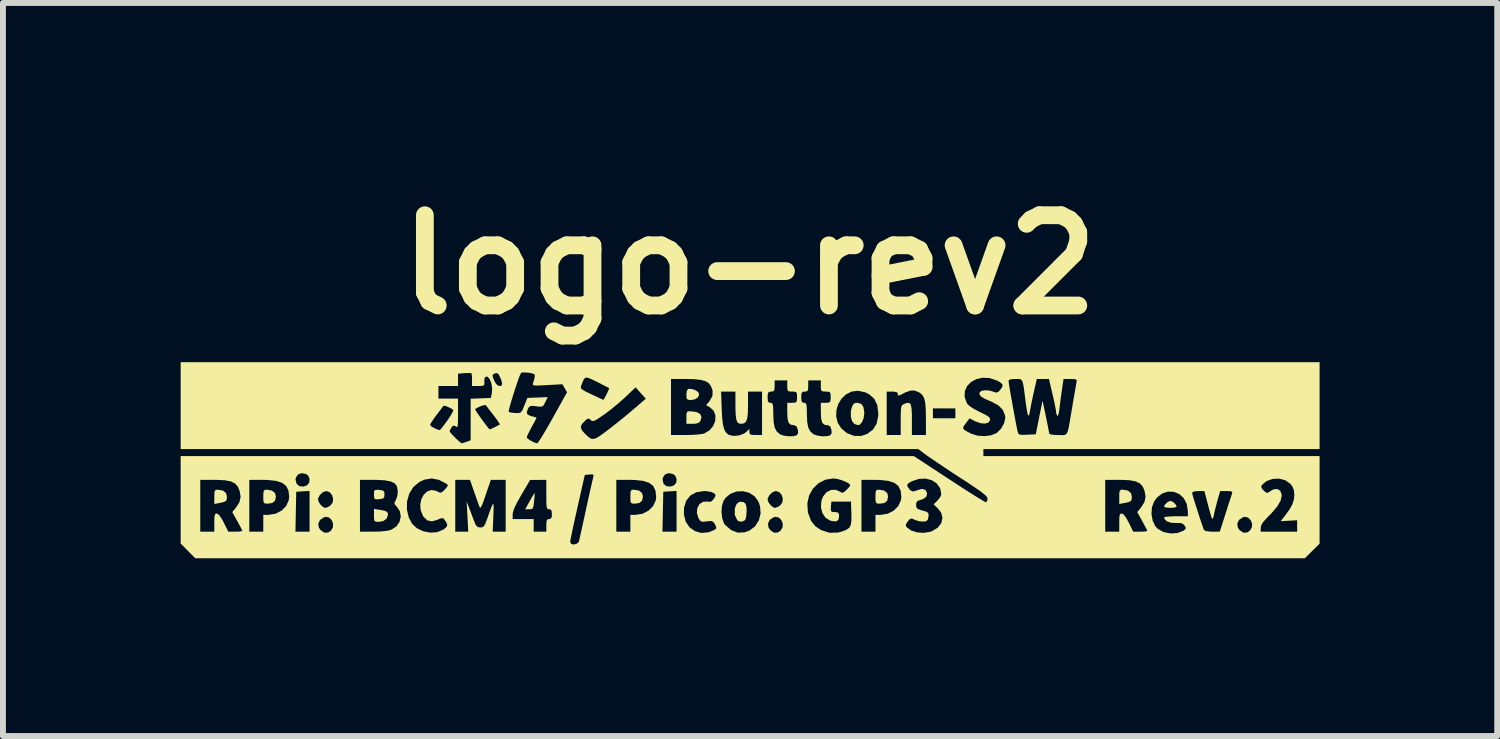
<source format=kicad_pcb>
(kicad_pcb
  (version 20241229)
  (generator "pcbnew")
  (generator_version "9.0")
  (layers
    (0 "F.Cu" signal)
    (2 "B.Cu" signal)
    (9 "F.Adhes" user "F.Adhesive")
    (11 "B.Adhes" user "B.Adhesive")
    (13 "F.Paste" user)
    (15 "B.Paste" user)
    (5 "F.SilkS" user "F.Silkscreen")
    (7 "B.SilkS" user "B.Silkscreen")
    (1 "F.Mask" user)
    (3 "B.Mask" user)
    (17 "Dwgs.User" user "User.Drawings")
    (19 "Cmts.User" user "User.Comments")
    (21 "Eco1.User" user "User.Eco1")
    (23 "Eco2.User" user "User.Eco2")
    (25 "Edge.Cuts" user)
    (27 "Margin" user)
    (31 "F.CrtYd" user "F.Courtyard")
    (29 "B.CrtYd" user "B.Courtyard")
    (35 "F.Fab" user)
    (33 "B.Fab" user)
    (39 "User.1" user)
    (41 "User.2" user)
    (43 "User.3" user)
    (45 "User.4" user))
  (footprint "logo-rev2"
    (layer "F.Cu")
    (at 9.602 4.72)
    (property "Reference" "logo-rev2" (at 0 -3.302 0) (layer "F.SilkS") (effects (font (size 1.524 1.524) (thickness 0.3))))
    (attr board_only exclude_from_pos_files exclude_from_bom)
    (fp_poly (pts (xy -8.887 0.512) (xy -8.835 0.556) (xy -8.821 0.614) (xy -8.825 0.664) (xy -8.842 0.692) (xy -8.886 0.709) (xy -8.946 0.722) (xy -9.034 0.738) (xy -9.034 0.618) (xy -9.032 0.546) (xy -9.023 0.511) (xy -9 0.498) (xy -8.974 0.497)) (stroke (width 0) (type solid)) (fill yes) (layer "F.SilkS"))
    (fp_poly (pts (xy -6.24 0.837) (xy -6.162 0.852) (xy -6.12 0.87) (xy -6.104 0.896) (xy -6.102 0.922) (xy -6.123 0.984) (xy -6.18 1.026) (xy -6.257 1.041) (xy -6.306 1.038) (xy -6.33 1.023) (xy -6.338 0.982) (xy -6.338 0.931) (xy -6.338 0.822)) (stroke (width 0) (type solid)) (fill yes) (layer "F.SilkS"))
    (fp_poly (pts (xy -3.626 0.552) (xy -3.625 0.577) (xy -3.629 0.634) (xy -3.635 0.693) (xy -3.644 0.769) (xy -3.656 0.809) (xy -3.679 0.825) (xy -3.717 0.828) (xy -3.786 0.828) (xy -3.708 0.688) (xy -3.669 0.618) (xy -3.639 0.57) (xy -3.626 0.552)) (stroke (width 0) (type solid)) (fill yes) (layer "F.SilkS"))
    (fp_poly (pts (xy -0.973 -1.203) (xy -0.912 -1.183) (xy -0.861 -1.148) (xy -0.849 -1.103) (xy -0.871 -1.06) (xy -0.921 -1.028) (xy -0.986 -1.017) (xy -1.036 -1.02) (xy -1.058 -1.039) (xy -1.064 -1.086) (xy -1.064 -1.112) (xy -1.056 -1.176) (xy -1.029 -1.206)) (stroke (width 0) (type solid)) (fill yes) (layer "F.SilkS"))
    (fp_poly (pts (xy -0.898 -0.815) (xy -0.833 -0.782) (xy -0.809 -0.73) (xy -0.827 -0.663) (xy -0.857 -0.631) (xy -0.909 -0.617) (xy -0.959 -0.615) (xy -1.064 -0.615) (xy -1.064 -0.721) (xy -1.062 -0.787) (xy -1.05 -0.818) (xy -1.021 -0.827) (xy -0.999 -0.827)) (stroke (width 0) (type solid)) (fill yes) (layer "F.SilkS"))
    (fp_poly (pts (xy 6.391 0.512) (xy 6.442 0.556) (xy 6.456 0.614) (xy 6.453 0.664) (xy 6.436 0.692) (xy 6.392 0.709) (xy 6.332 0.722) (xy 6.244 0.738) (xy 6.244 0.618) (xy 6.245 0.546) (xy 6.255 0.511) (xy 6.278 0.498) (xy 6.304 0.497)) (stroke (width 0) (type solid)) (fill yes) (layer "F.SilkS"))
    (fp_poly (pts (xy -8.06 0.512) (xy -8.008 0.555) (xy -7.994 0.611) (xy -8.008 0.683) (xy -8.056 0.722) (xy -8.128 0.733) (xy -8.175 0.731) (xy -8.198 0.717) (xy -8.206 0.678) (xy -8.207 0.615) (xy -8.205 0.545) (xy -8.195 0.51) (xy -8.171 0.498) (xy -8.146 0.497)) (stroke (width 0) (type solid)) (fill yes) (layer "F.SilkS"))
    (fp_poly (pts (xy -1.863 0.512) (xy -1.812 0.555) (xy -1.797 0.611) (xy -1.812 0.683) (xy -1.859 0.722) (xy -1.932 0.733) (xy -1.978 0.731) (xy -2.001 0.717) (xy -2.009 0.678) (xy -2.01 0.615) (xy -2.008 0.545) (xy -1.999 0.51) (xy -1.975 0.498) (xy -1.95 0.497)) (stroke (width 0) (type solid)) (fill yes) (layer "F.SilkS"))
    (fp_poly (pts (xy 2.275 0.512) (xy 2.327 0.555) (xy 2.341 0.611) (xy 2.327 0.683) (xy 2.279 0.722) (xy 2.207 0.733) (xy 2.16 0.731) (xy 2.137 0.717) (xy 2.129 0.678) (xy 2.128 0.615) (xy 2.13 0.545) (xy 2.14 0.51) (xy 2.164 0.498) (xy 2.189 0.497)) (stroke (width 0) (type solid)) (fill yes) (layer "F.SilkS"))
    (fp_poly (pts (xy 7.149 0.702) (xy 7.191 0.74) (xy 7.213 0.779) (xy 7.213 0.782) (xy 7.192 0.795) (xy 7.139 0.803) (xy 7.107 0.804) (xy 7.043 0.8) (xy 7.005 0.789) (xy 7 0.782) (xy 7.019 0.744) (xy 7.06 0.706) (xy 7.103 0.686) (xy 7.107 0.686)) (stroke (width 0) (type solid)) (fill yes) (layer "F.SilkS"))
    (fp_poly (pts (xy -6.249 0.501) (xy -6.191 0.51) (xy -6.166 0.531) (xy -6.161 0.576) (xy -6.161 0.579) (xy -6.166 0.626) (xy -6.189 0.648) (xy -6.245 0.657) (xy -6.249 0.658) (xy -6.307 0.66) (xy -6.332 0.645) (xy -6.338 0.601) (xy -6.338 0.579) (xy -6.336 0.524) (xy -6.318 0.501) (xy -6.272 0.499)) (stroke (width 0) (type solid)) (fill yes) (layer "F.SilkS"))
    (fp_poly (pts (xy -0.107 0.704) (xy -0.095 0.709) (xy -0.066 0.735) (xy -0.051 0.78) (xy -0.047 0.858) (xy -0.047 0.859) (xy -0.052 0.935) (xy -0.065 0.994) (xy -0.076 1.012) (xy -0.128 1.038) (xy -0.183 1.03) (xy -0.206 1.011) (xy -0.247 0.923) (xy -0.247 0.817) (xy -0.246 0.812) (xy -0.217 0.738) (xy -0.168 0.701)) (stroke (width 0) (type solid)) (fill yes) (layer "F.SilkS"))
    (fp_poly (pts (xy 1.886 -0.953) (xy 1.924 -0.901) (xy 1.939 -0.811) (xy 1.939 -0.787) (xy 1.928 -0.709) (xy 1.9 -0.642) (xy 1.863 -0.6) (xy 1.837 -0.592) (xy 1.794 -0.604) (xy 1.769 -0.616) (xy 1.732 -0.662) (xy 1.712 -0.737) (xy 1.713 -0.825) (xy 1.726 -0.885) (xy 1.751 -0.943) (xy 1.785 -0.966) (xy 1.822 -0.97)) (stroke (width 0) (type solid)) (fill yes) (layer "F.SilkS"))
    (fp_poly (pts (xy 9.626 -0.189) (xy 3.95 -0.189) (xy 3.95 -0.071) (xy 9.626 -0.071) (xy 9.626 1.409) (xy 9.376 1.655) (xy -9.355 1.655) (xy -9.479 1.531) (xy -9.602 1.406) (xy -9.602 1.378) (xy -3.026 1.378) (xy -3.01 1.411) (xy -2.969 1.423) (xy -2.922 1.413) (xy -2.886 1.385) (xy -2.877 1.366) (xy -2.868 1.327) (xy -2.851 1.251) (xy -2.841 1.206) (xy -2.247 1.206) (xy -2.01 1.206) (xy -1.468 1.206) (xy -1.23 1.206) (xy -1.23 0.913) (xy -1.106 0.913) (xy -1.076 1.036) (xy -1.011 1.132) (xy -0.92 1.197) (xy -0.812 1.227) (xy -0.693 1.217) (xy -0.625 1.192) (xy -0.574 1.165) (xy -0.559 1.141) (xy -0.572 1.102) (xy -0.58 1.086) (xy -0.606 1.044) (xy -0.638 1.027) (xy -0.691 1.029) (xy -0.72 1.032) (xy -0.785 1.039) (xy -0.823 1.029) (xy -0.85 0.995) (xy -0.863 0.971) (xy -0.888 0.885) (xy -0.886 0.872) (xy -0.471 0.872) (xy -0.46 0.974) (xy -0.433 1.058) (xy -0.412 1.09) (xy -0.309 1.179) (xy -0.198 1.222) (xy -0.083 1.218) (xy -0.000472 1.188) (xy 0.096 1.116) (xy 0.125 1.069) (xy 0.313 1.069) (xy 0.323 1.138) (xy 0.355 1.182) (xy 0.419 1.224) (xy 0.483 1.219) (xy 0.524 1.191) (xy 0.56 1.134) (xy 0.563 1.07) (xy 0.54 1.01) (xy 0.496 0.968) (xy 0.438 0.955) (xy 0.411 0.962) (xy 0.343 1.007) (xy 0.313 1.069) (xy 0.125 1.069) (xy 0.16 1.015) (xy 0.189 0.898) (xy 0.179 0.774) (xy 0.151 0.696) (xy 0.127 0.662) (xy 0.307 0.662) (xy 0.324 0.714) (xy 0.365 0.766) (xy 0.412 0.8) (xy 0.432 0.804) (xy 0.473 0.791) (xy 0.515 0.767) (xy 0.547 0.726) (xy 0.978 0.726) (xy 0.986 0.868) (xy 0.994 0.899) (xy 1.041 1.024) (xy 1.113 1.114) (xy 1.212 1.18) (xy 1.351 1.224) (xy 1.494 1.221) (xy 1.55 1.206) (xy 1.892 1.206) (xy 2.128 1.206) (xy 2.128 1.08) (xy 2.643 1.08) (xy 2.643 1.114) (xy 2.655 1.13) (xy 2.728 1.185) (xy 2.829 1.218) (xy 2.942 1.226) (xy 3.053 1.208) (xy 3.083 1.197) (xy 3.18 1.138) (xy 3.239 1.062) (xy 3.259 0.976) (xy 3.238 0.888) (xy 3.187 0.819) (xy 3.11 0.745) (xy 3.175 0.681) (xy 3.218 0.628) (xy 3.239 0.578) (xy 3.24 0.571) (xy 3.219 0.471) (xy 3.163 0.392) (xy 3.079 0.337) (xy 2.976 0.31) (xy 2.861 0.315) (xy 2.744 0.354) (xy 2.742 0.355) (xy 2.684 0.389) (xy 2.663 0.416) (xy 2.671 0.446) (xy 2.671 0.446) (xy 2.715 0.508) (xy 2.765 0.528) (xy 2.831 0.508) (xy 2.838 0.505) (xy 2.914 0.483) (xy 2.97 0.499) (xy 2.999 0.552) (xy 3 0.554) (xy 2.99 0.611) (xy 2.939 0.653) (xy 2.885 0.671) (xy 2.834 0.689) (xy 2.816 0.726) (xy 2.814 0.753) (xy 2.819 0.797) (xy 2.842 0.823) (xy 2.896 0.842) (xy 2.922 0.849) (xy 2.987 0.868) (xy 3.018 0.889) (xy 3.025 0.923) (xy 3.023 0.953) (xy 3.011 1.007) (xy 2.98 1.03) (xy 2.94 1.036) (xy 2.864 1.03) (xy 2.794 1.007) (xy 2.743 0.984) (xy 2.712 0.99) (xy 2.676 1.029) (xy 2.674 1.032) (xy 2.643 1.08) (xy 2.128 1.08) (xy 2.128 0.922) (xy 2.217 0.922) (xy 2.335 0.903) (xy 2.438 0.85) (xy 2.515 0.771) (xy 2.558 0.674) (xy 2.565 0.616) (xy 2.553 0.513) (xy 2.515 0.435) (xy 2.446 0.381) (xy 2.342 0.348) (xy 2.2 0.333) (xy 2.119 0.331) (xy 1.892 0.331) (xy 1.892 1.206) (xy 1.55 1.206) (xy 1.563 1.203) (xy 1.638 1.174) (xy 1.686 1.14) (xy 1.712 1.091) (xy 1.722 1.016) (xy 1.722 0.905) (xy 1.721 0.9) (xy 1.715 0.698) (xy 1.384 0.698) (xy 1.376 0.786) (xy 1.374 0.844) (xy 1.388 0.869) (xy 1.428 0.875) (xy 1.441 0.875) (xy 1.492 0.881) (xy 1.511 0.907) (xy 1.514 0.947) (xy 1.502 1.007) (xy 1.464 1.033) (xy 1.395 1.027) (xy 1.359 1.017) (xy 1.282 0.968) (xy 1.231 0.89) (xy 1.207 0.792) (xy 1.215 0.688) (xy 1.242 0.614) (xy 1.302 0.54) (xy 1.379 0.501) (xy 1.463 0.5) (xy 1.527 0.531) (xy 1.561 0.549) (xy 1.592 0.541) (xy 1.638 0.502) (xy 1.68 0.458) (xy 1.702 0.426) (xy 1.703 0.422) (xy 1.682 0.395) (xy 1.629 0.365) (xy 1.557 0.336) (xy 1.48 0.315) (xy 1.416 0.307) (xy 1.281 0.329) (xy 1.165 0.389) (xy 1.072 0.48) (xy 1.008 0.595) (xy 0.978 0.726) (xy 0.547 0.726) (xy 0.555 0.715) (xy 0.564 0.65) (xy 0.545 0.586) (xy 0.502 0.537) (xy 0.446 0.52) (xy 0.39 0.54) (xy 0.338 0.588) (xy 0.309 0.646) (xy 0.307 0.662) (xy 0.127 0.662) (xy 0.085 0.607) (xy -0.005 0.549) (xy -0.11 0.523) (xy -0.218 0.528) (xy -0.32 0.566) (xy -0.403 0.635) (xy -0.439 0.689) (xy -0.464 0.771) (xy -0.471 0.872) (xy -0.886 0.872) (xy -0.879 0.805) (xy -0.842 0.74) (xy -0.783 0.701) (xy -0.708 0.697) (xy -0.702 0.699) (xy -0.653 0.701) (xy -0.615 0.67) (xy -0.6 0.65) (xy -0.574 0.604) (xy -0.574 0.578) (xy -0.603 0.553) (xy -0.653 0.534) (xy -0.727 0.522) (xy -0.764 0.52) (xy -0.895 0.54) (xy -0.997 0.596) (xy -1.068 0.685) (xy -1.104 0.803) (xy -1.106 0.913) (xy -1.23 0.913) (xy -1.23 0.518) (xy -1.342 0.525) (xy -1.454 0.532) (xy -1.461 0.869) (xy -1.468 1.206) (xy -2.01 1.206) (xy -2.01 0.922) (xy -1.922 0.922) (xy -1.803 0.903) (xy -1.701 0.85) (xy -1.624 0.771) (xy -1.58 0.674) (xy -1.574 0.616) (xy -1.586 0.513) (xy -1.624 0.435) (xy -1.693 0.381) (xy -1.796 0.348) (xy -1.939 0.333) (xy -2.02 0.331) (xy -2.247 0.331) (xy -2.247 1.206) (xy -2.841 1.206) (xy -2.827 1.143) (xy -2.798 1.012) (xy -2.766 0.865) (xy -2.756 0.816) (xy -2.723 0.667) (xy -2.693 0.531) (xy -2.667 0.417) (xy -2.648 0.332) (xy -2.647 0.329) (xy -1.466 0.329) (xy -1.448 0.399) (xy -1.399 0.439) (xy -1.33 0.444) (xy -1.276 0.425) (xy -1.236 0.381) (xy -1.228 0.322) (xy -1.25 0.264) (xy -1.289 0.232) (xy -1.363 0.218) (xy -1.425 0.24) (xy -1.461 0.293) (xy -1.466 0.329) (xy -2.647 0.329) (xy -2.636 0.283) (xy -2.634 0.276) (xy -2.632 0.248) (xy -2.658 0.238) (xy -2.7 0.241) (xy -2.779 0.248) (xy -2.902 0.792) (xy -2.937 0.948) (xy -2.968 1.09) (xy -2.994 1.211) (xy -3.013 1.304) (xy -3.024 1.362) (xy -3.026 1.378) (xy -9.602 1.378) (xy -9.602 0.331) (xy -9.271 0.331) (xy -9.271 1.206) (xy -9.034 1.206) (xy -9.034 1.052) (xy -9.033 0.969) (xy -9.025 0.922) (xy -9.01 0.902) (xy -8.992 0.899) (xy -8.955 0.921) (xy -8.909 0.987) (xy -8.874 1.052) (xy -8.798 1.206) (xy -8.68 1.206) (xy -8.443 1.206) (xy -8.207 1.206) (xy -7.664 1.206) (xy -7.426 1.206) (xy -7.426 1.069) (xy -7.279 1.069) (xy -7.269 1.138) (xy -7.237 1.182) (xy -7.172 1.224) (xy -7.109 1.219) (xy -7.09 1.206) (xy -6.575 1.206) (xy -6.349 1.206) (xy -6.217 1.202) (xy -6.111 1.19) (xy -6.045 1.173) (xy -5.96 1.117) (xy -5.906 1.038) (xy -5.886 0.948) (xy -5.902 0.858) (xy -5.921 0.831) (xy -5.783 0.831) (xy -5.751 0.966) (xy -5.694 1.073) (xy -5.613 1.149) (xy -5.507 1.199) (xy -5.39 1.222) (xy -5.273 1.215) (xy -5.252 1.206) (xy -4.966 1.206) (xy -4.747 1.206) (xy -4.76 0.952) (xy -4.774 0.698) (xy -4.732 0.804) (xy -4.697 0.896) (xy -4.66 0.995) (xy -4.649 1.023) (xy -4.621 1.091) (xy -4.593 1.124) (xy -4.555 1.135) (xy -4.543 1.135) (xy -4.508 1.131) (xy -4.482 1.112) (xy -4.457 1.068) (xy -4.428 0.99) (xy -4.423 0.976) (xy -4.379 0.852) (xy -4.349 0.773) (xy -4.33 0.738) (xy -4.321 0.745) (xy -4.318 0.794) (xy -4.321 0.885) (xy -4.323 0.945) (xy -4.334 1.206) (xy -4.115 1.206) (xy -4.115 0.993) (xy -3.997 0.993) (xy -3.642 0.993) (xy -3.642 1.206) (xy -3.429 1.206) (xy -3.429 1.1) (xy -3.426 1.033) (xy -3.413 1.002) (xy -3.385 0.993) (xy -3.382 0.993) (xy -3.349 0.984) (xy -3.336 0.948) (xy -3.335 0.911) (xy -3.34 0.853) (xy -3.361 0.83) (xy -3.382 0.828) (xy -3.403 0.825) (xy -3.417 0.81) (xy -3.425 0.775) (xy -3.428 0.711) (xy -3.429 0.611) (xy -3.429 0.579) (xy -3.429 0.331) (xy -3.565 0.332) (xy -3.701 0.332) (xy -3.849 0.582) (xy -3.923 0.714) (xy -3.971 0.813) (xy -3.994 0.885) (xy -3.997 0.912) (xy -3.997 0.993) (xy -4.115 0.993) (xy -4.115 0.331) (xy -4.365 0.331) (xy -4.452 0.584) (xy -4.489 0.693) (xy -4.516 0.761) (xy -4.534 0.796) (xy -4.547 0.801) (xy -4.558 0.784) (xy -4.56 0.78) (xy -4.577 0.731) (xy -4.606 0.652) (xy -4.639 0.557) (xy -4.65 0.526) (xy -4.718 0.331) (xy -4.842 0.331) (xy -4.966 0.331) (xy -4.966 1.206) (xy -5.252 1.206) (xy -5.173 1.174) (xy -5.16 1.166) (xy -5.111 1.123) (xy -5.101 1.085) (xy -5.126 1.035) (xy -5.137 1.02) (xy -5.164 0.984) (xy -5.191 0.976) (xy -5.234 0.99) (xy -5.263 1.004) (xy -5.358 1.032) (xy -5.436 1.016) (xy -5.501 0.956) (xy -5.511 0.939) (xy -5.55 0.845) (xy -5.557 0.749) (xy -5.539 0.659) (xy -5.499 0.583) (xy -5.442 0.528) (xy -5.373 0.503) (xy -5.295 0.514) (xy -5.272 0.526) (xy -5.228 0.547) (xy -5.197 0.544) (xy -5.159 0.512) (xy -5.141 0.493) (xy -5.1 0.446) (xy -5.092 0.419) (xy -5.109 0.4) (xy -5.241 0.331) (xy -5.366 0.307) (xy -5.489 0.328) (xy -5.573 0.368) (xy -5.674 0.452) (xy -5.743 0.564) (xy -5.78 0.694) (xy -5.783 0.831) (xy -5.921 0.831) (xy -5.948 0.79) (xy -5.986 0.747) (xy -5.993 0.717) (xy -5.972 0.679) (xy -5.945 0.61) (xy -5.936 0.521) (xy -5.95 0.441) (xy -5.951 0.439) (xy -5.986 0.391) (xy -6.053 0.359) (xy -6.156 0.339) (xy -6.3 0.331) (xy -6.337 0.331) (xy -6.575 0.331) (xy -6.575 1.206) (xy -7.09 1.206) (xy -7.067 1.191) (xy -7.032 1.134) (xy -7.029 1.07) (xy -7.052 1.01) (xy -7.095 0.968) (xy -7.153 0.955) (xy -7.18 0.962) (xy -7.248 1.007) (xy -7.279 1.069) (xy -7.426 1.069) (xy -7.426 0.662) (xy -7.284 0.662) (xy -7.267 0.714) (xy -7.227 0.766) (xy -7.179 0.8) (xy -7.159 0.804) (xy -7.118 0.791) (xy -7.077 0.767) (xy -7.036 0.715) (xy -7.028 0.65) (xy -7.047 0.586) (xy -7.089 0.537) (xy -7.146 0.52) (xy -7.202 0.54) (xy -7.253 0.588) (xy -7.282 0.646) (xy -7.284 0.662) (xy -7.426 0.662) (xy -7.426 0.518) (xy -7.538 0.525) (xy -7.651 0.532) (xy -7.664 1.206) (xy -8.207 1.206) (xy -8.207 0.922) (xy -8.118 0.922) (xy -8 0.903) (xy -7.897 0.85) (xy -7.82 0.771) (xy -7.777 0.674) (xy -7.77 0.616) (xy -7.782 0.513) (xy -7.82 0.435) (xy -7.889 0.381) (xy -7.993 0.348) (xy -8.135 0.333) (xy -8.216 0.331) (xy -8.443 0.331) (xy -8.443 1.206) (xy -8.68 1.206) (xy -8.612 1.204) (xy -8.569 1.197) (xy -8.561 1.192) (xy -8.572 1.166) (xy -8.6 1.111) (xy -8.641 1.037) (xy -8.646 1.027) (xy -8.731 0.875) (xy -8.67 0.802) (xy -8.609 0.708) (xy -8.59 0.615) (xy -8.607 0.517) (xy -8.638 0.443) (xy -8.686 0.391) (xy -8.756 0.357) (xy -8.858 0.338) (xy -8.997 0.331) (xy -9.028 0.331) (xy -9.271 0.331) (xy -9.602 0.331) (xy -9.602 0.329) (xy -7.663 0.329) (xy -7.644 0.399) (xy -7.595 0.439) (xy -7.526 0.444) (xy -7.472 0.425) (xy -7.433 0.381) (xy -7.425 0.322) (xy -7.446 0.264) (xy -7.485 0.232) (xy -7.56 0.218) (xy -7.621 0.24) (xy -7.657 0.293) (xy -7.663 0.329) (xy -9.602 0.329) (xy -9.602 -0.071) (xy 2.775 -0.071) (xy 3.37 0.319) (xy 3.52 0.417) (xy 3.658 0.506) (xy 3.779 0.583) (xy 3.878 0.644) (xy 3.949 0.687) (xy 3.988 0.708) (xy 3.993 0.709) (xy 4.014 0.689) (xy 4.02 0.653) (xy 4.015 0.63) (xy 3.996 0.603) (xy 3.958 0.569) (xy 3.897 0.522) (xy 3.809 0.461) (xy 3.688 0.38) (xy 3.613 0.331) (xy 6.007 0.331) (xy 6.007 1.206) (xy 6.244 1.206) (xy 6.244 1.052) (xy 6.245 0.969) (xy 6.252 0.922) (xy 6.268 0.902) (xy 6.286 0.899) (xy 6.323 0.921) (xy 6.369 0.987) (xy 6.404 1.052) (xy 6.48 1.206) (xy 6.598 1.206) (xy 6.666 1.204) (xy 6.709 1.197) (xy 6.717 1.192) (xy 6.706 1.166) (xy 6.677 1.111) (xy 6.637 1.037) (xy 6.632 1.027) (xy 6.564 0.905) (xy 6.788 0.905) (xy 6.807 1.018) (xy 6.852 1.113) (xy 6.892 1.157) (xy 6.991 1.212) (xy 7.108 1.236) (xy 7.227 1.229) (xy 7.327 1.19) (xy 7.365 1.161) (xy 7.365 1.132) (xy 7.348 1.104) (xy 7.317 1.072) (xy 7.274 1.059) (xy 7.202 1.06) (xy 7.116 1.055) (xy 7.046 1.03) (xy 7.006 0.99) (xy 7 0.966) (xy 7.022 0.957) (xy 7.08 0.95) (xy 7.164 0.946) (xy 7.201 0.946) (xy 7.402 0.946) (xy 7.402 0.862) (xy 7.384 0.739) (xy 7.333 0.641) (xy 7.259 0.572) (xy 7.209 0.551) (xy 7.473 0.551) (xy 7.48 0.581) (xy 7.499 0.646) (xy 7.527 0.736) (xy 7.56 0.839) (xy 7.595 0.948) (xy 7.629 1.05) (xy 7.659 1.137) (xy 7.674 1.177) (xy 7.705 1.196) (xy 7.776 1.205) (xy 7.813 1.206) (xy 7.941 1.206) (xy 7.985 1.069) (xy 8.236 1.069) (xy 8.246 1.138) (xy 8.277 1.182) (xy 8.342 1.224) (xy 8.406 1.219) (xy 8.424 1.206) (xy 8.632 1.206) (xy 9.247 1.206) (xy 9.247 1.013) (xy 8.969 1.029) (xy 9.034 0.946) (xy 9.116 0.835) (xy 9.167 0.743) (xy 9.193 0.66) (xy 9.2 0.586) (xy 9.192 0.502) (xy 9.164 0.438) (xy 9.133 0.399) (xy 9.05 0.339) (xy 8.947 0.311) (xy 8.837 0.315) (xy 8.735 0.35) (xy 8.657 0.413) (xy 8.64 0.445) (xy 8.653 0.478) (xy 8.68 0.509) (xy 8.721 0.546) (xy 8.75 0.55) (xy 8.772 0.536) (xy 8.847 0.491) (xy 8.913 0.486) (xy 8.962 0.516) (xy 8.986 0.581) (xy 8.987 0.6) (xy 8.968 0.683) (xy 8.91 0.782) (xy 8.811 0.898) (xy 8.741 0.969) (xy 8.672 1.044) (xy 8.638 1.105) (xy 8.632 1.14) (xy 8.632 1.206) (xy 8.424 1.206) (xy 8.447 1.191) (xy 8.483 1.134) (xy 8.486 1.07) (xy 8.462 1.01) (xy 8.419 0.968) (xy 8.361 0.955) (xy 8.334 0.962) (xy 8.266 1.007) (xy 8.236 1.069) (xy 7.985 1.069) (xy 8.039 0.899) (xy 8.076 0.783) (xy 8.109 0.682) (xy 8.134 0.605) (xy 8.149 0.561) (xy 8.151 0.556) (xy 8.15 0.534) (xy 8.12 0.523) (xy 8.056 0.52) (xy 7.948 0.52) (xy 7.915 0.633) (xy 7.89 0.723) (xy 7.863 0.828) (xy 7.85 0.885) (xy 7.837 0.945) (xy 7.826 0.981) (xy 7.815 0.989) (xy 7.802 0.966) (xy 7.784 0.907) (xy 7.757 0.81) (xy 7.732 0.715) (xy 7.681 0.52) (xy 7.577 0.52) (xy 7.503 0.527) (xy 7.474 0.547) (xy 7.473 0.551) (xy 7.209 0.551) (xy 7.168 0.534) (xy 7.07 0.529) (xy 6.972 0.559) (xy 6.883 0.628) (xy 6.834 0.693) (xy 6.796 0.792) (xy 6.788 0.905) (xy 6.564 0.905) (xy 6.547 0.875) (xy 6.608 0.802) (xy 6.669 0.708) (xy 6.688 0.615) (xy 6.671 0.517) (xy 6.64 0.443) (xy 6.592 0.391) (xy 6.521 0.357) (xy 6.42 0.338) (xy 6.281 0.331) (xy 6.249 0.331) (xy 6.007 0.331) (xy 3.613 0.331) (xy 3.571 0.304) (xy 3.431 0.213) (xy 3.297 0.124) (xy 3.175 0.042) (xy 3.074 -0.026) (xy 3.002 -0.077) (xy 2.985 -0.088) (xy 2.85 -0.189) (xy -3.376 -0.189) (xy -9.602 -0.189) (xy -9.602 -0.597) (xy -5.392 -0.597) (xy -5.373 -0.574) (xy -5.327 -0.546) (xy -5.274 -0.521) (xy -5.233 -0.51) (xy -5.223 -0.512) (xy -5.202 -0.534) (xy -5.163 -0.585) (xy -5.111 -0.655) (xy -5.097 -0.674) (xy -5.047 -0.749) (xy -5.013 -0.809) (xy -4.999 -0.844) (xy -5 -0.848) (xy -5.027 -0.87) (xy -5.075 -0.894) (xy -5.125 -0.914) (xy -5.159 -0.921) (xy -5.164 -0.92) (xy -5.181 -0.898) (xy -5.218 -0.848) (xy -5.27 -0.78) (xy -5.282 -0.765) (xy -5.334 -0.693) (xy -5.373 -0.634) (xy -5.392 -0.6) (xy -5.392 -0.597) (xy -9.602 -0.597) (xy -9.602 -1.041) (xy -5.25 -1.041) (xy -4.919 -1.041) (xy -4.919 -0.789) (xy -4.92 -0.679) (xy -4.922 -0.608) (xy -4.928 -0.571) (xy -4.939 -0.56) (xy -4.955 -0.568) (xy -4.957 -0.57) (xy -4.991 -0.588) (xy -5.019 -0.568) (xy -5.028 -0.556) (xy -5.054 -0.511) (xy -5.061 -0.487) (xy -5.045 -0.463) (xy -5.006 -0.42) (xy -4.956 -0.369) (xy -4.905 -0.322) (xy -4.867 -0.291) (xy -4.858 -0.285) (xy -4.836 -0.291) (xy -4.787 -0.307) (xy -4.781 -0.31) (xy -4.706 -0.336) (xy -4.706 -0.862) (xy -4.631 -0.862) (xy -4.622 -0.842) (xy -4.592 -0.795) (xy -4.547 -0.731) (xy -4.497 -0.661) (xy -4.448 -0.596) (xy -4.409 -0.546) (xy -4.386 -0.521) (xy -4.384 -0.52) (xy -4.358 -0.53) (xy -4.307 -0.554) (xy -4.297 -0.559) (xy -4.245 -0.586) (xy -4.215 -0.603) (xy -4.213 -0.605) (xy -4.223 -0.625) (xy -4.255 -0.674) (xy -4.304 -0.74) (xy -4.32 -0.76) (xy -4.363 -0.816) (xy -4.064 -0.816) (xy -4.033 -0.806) (xy -3.974 -0.798) (xy -3.951 -0.797) (xy -3.896 -0.796) (xy -3.862 -0.807) (xy -3.836 -0.839) (xy -3.808 -0.903) (xy -3.801 -0.922) (xy -3.748 -1.052) (xy -3.577 -1.059) (xy -3.405 -1.066) (xy -3.446 -0.981) (xy -3.473 -0.93) (xy -3.5 -0.907) (xy -3.545 -0.904) (xy -3.598 -0.911) (xy -3.668 -0.918) (xy -3.708 -0.91) (xy -3.731 -0.885) (xy -3.735 -0.879) (xy -3.759 -0.812) (xy -3.745 -0.77) (xy -3.688 -0.746) (xy -3.678 -0.743) (xy -3.623 -0.73) (xy -3.596 -0.718) (xy -3.595 -0.717) (xy -3.605 -0.692) (xy -3.634 -0.637) (xy -3.674 -0.565) (xy -3.678 -0.557) (xy -3.718 -0.481) (xy -3.748 -0.42) (xy -3.76 -0.387) (xy -3.76 -0.386) (xy -3.741 -0.363) (xy -3.695 -0.332) (xy -3.64 -0.304) (xy -3.592 -0.287) (xy -3.583 -0.286) (xy -3.565 -0.305) (xy -3.528 -0.36) (xy -3.476 -0.444) (xy -3.412 -0.552) (xy -3.408 -0.559) (xy -2.848 -0.559) (xy -2.828 -0.506) (xy -2.776 -0.447) (xy -2.712 -0.387) (xy -2.662 -0.36) (xy -2.614 -0.363) (xy -2.57 -0.382) (xy -2.521 -0.413) (xy -2.504 -0.426) (xy -1.324 -0.426) (xy -1.078 -0.426) (xy -0.967 -0.428) (xy -0.867 -0.435) (xy -0.793 -0.444) (xy -0.764 -0.451) (xy -0.674 -0.504) (xy -0.611 -0.579) (xy -0.577 -0.665) (xy -0.573 -0.753) (xy -0.602 -0.833) (xy -0.666 -0.894) (xy -0.675 -0.899) (xy -0.731 -0.929) (xy -0.673 -0.999) (xy -0.624 -1.085) (xy -0.622 -1.159) (xy -0.478 -1.159) (xy -0.468 -0.869) (xy -0.46 -0.716) (xy -0.447 -0.603) (xy -0.426 -0.523) (xy -0.397 -0.469) (xy -0.356 -0.434) (xy -0.346 -0.428) (xy -0.267 -0.41) (xy -0.174 -0.419) (xy -0.089 -0.451) (xy -0.057 -0.475) (xy 0 -0.529) (xy 0 -0.477) (xy 0.006 -0.445) (xy 0.032 -0.43) (xy 0.09 -0.426) (xy 0.106 -0.426) (xy 0.213 -0.426) (xy 0.213 -1.064) (xy 0.307 -1.064) (xy 0.311 -1.002) (xy 0.327 -0.975) (xy 0.355 -0.97) (xy 0.378 -0.966) (xy 0.392 -0.948) (xy 0.4 -0.907) (xy 0.402 -0.832) (xy 0.403 -0.775) (xy 0.409 -0.644) (xy 0.427 -0.551) (xy 0.461 -0.486) (xy 0.513 -0.441) (xy 0.523 -0.435) (xy 0.587 -0.414) (xy 0.67 -0.404) (xy 0.749 -0.407) (xy 0.801 -0.423) (xy 0.822 -0.46) (xy 0.817 -0.517) (xy 0.795 -0.572) (xy 0.758 -0.591) (xy 0.748 -0.591) (xy 0.695 -0.601) (xy 0.661 -0.635) (xy 0.644 -0.701) (xy 0.639 -0.805) (xy 0.639 -0.809) (xy 0.639 -0.97) (xy 0.721 -0.97) (xy 0.774 -0.973) (xy 0.798 -0.99) (xy 0.804 -1.036) (xy 0.804 -1.064) (xy 0.875 -1.064) (xy 0.879 -1.002) (xy 0.895 -0.975) (xy 0.922 -0.97) (xy 0.946 -0.966) (xy 0.96 -0.948) (xy 0.967 -0.907) (xy 0.97 -0.832) (xy 0.97 -0.775) (xy 0.976 -0.644) (xy 0.994 -0.551) (xy 1.028 -0.486) (xy 1.081 -0.441) (xy 1.09 -0.435) (xy 1.155 -0.414) (xy 1.237 -0.404) (xy 1.316 -0.407) (xy 1.368 -0.423) (xy 1.389 -0.46) (xy 1.384 -0.517) (xy 1.363 -0.572) (xy 1.325 -0.591) (xy 1.315 -0.591) (xy 1.262 -0.601) (xy 1.229 -0.635) (xy 1.211 -0.701) (xy 1.209 -0.739) (xy 1.465 -0.739) (xy 1.491 -0.633) (xy 1.551 -0.537) (xy 1.646 -0.458) (xy 1.766 -0.411) (xy 1.888 -0.41) (xy 1.934 -0.426) (xy 2.318 -0.426) (xy 2.554 -0.426) (xy 2.554 -0.675) (xy 2.555 -0.786) (xy 2.558 -0.859) (xy 2.565 -0.903) (xy 2.578 -0.929) (xy 2.6 -0.944) (xy 2.612 -0.95) (xy 2.664 -0.969) (xy 2.701 -0.967) (xy 2.724 -0.938) (xy 2.737 -0.877) (xy 2.743 -0.778) (xy 2.743 -0.687) (xy 2.743 -0.426) (xy 2.98 -0.426) (xy 2.98 -0.543) (xy 3.607 -0.543) (xy 3.625 -0.515) (xy 3.675 -0.484) (xy 3.749 -0.447) (xy 3.85 -0.415) (xy 3.967 -0.407) (xy 4.079 -0.421) (xy 4.17 -0.457) (xy 4.18 -0.464) (xy 4.25 -0.535) (xy 4.299 -0.624) (xy 4.32 -0.714) (xy 4.316 -0.756) (xy 4.278 -0.85) (xy 4.205 -0.925) (xy 4.093 -0.986) (xy 4.074 -0.994) (xy 3.972 -1.038) (xy 3.91 -1.077) (xy 3.884 -1.112) (xy 3.886 -1.145) (xy 3.919 -1.172) (xy 3.981 -1.182) (xy 4.056 -1.176) (xy 4.125 -1.155) (xy 4.172 -1.141) (xy 4.207 -1.158) (xy 4.232 -1.185) (xy 4.27 -1.24) (xy 4.272 -1.28) (xy 4.234 -1.316) (xy 4.2 -1.335) (xy 4.375 -1.335) (xy 4.379 -1.302) (xy 4.391 -1.232) (xy 4.407 -1.134) (xy 4.428 -1.018) (xy 4.45 -0.893) (xy 4.473 -0.768) (xy 4.494 -0.653) (xy 4.513 -0.558) (xy 4.527 -0.491) (xy 4.53 -0.478) (xy 4.54 -0.448) (xy 4.563 -0.433) (xy 4.609 -0.428) (xy 4.688 -0.431) (xy 4.834 -0.438) (xy 4.865 -0.591) (xy 4.886 -0.698) (xy 4.909 -0.81) (xy 4.922 -0.875) (xy 4.949 -1.005) (xy 5.004 -0.745) (xy 5.026 -0.638) (xy 5.044 -0.546) (xy 5.056 -0.482) (xy 5.06 -0.455) (xy 5.08 -0.437) (xy 5.141 -0.428) (xy 5.213 -0.426) (xy 5.265 -0.424) (xy 5.305 -0.424) (xy 5.334 -0.431) (xy 5.356 -0.45) (xy 5.374 -0.488) (xy 5.39 -0.55) (xy 5.407 -0.642) (xy 5.428 -0.769) (xy 5.452 -0.911) (xy 5.473 -1.039) (xy 5.493 -1.153) (xy 5.51 -1.245) (xy 5.52 -1.305) (xy 5.523 -1.318) (xy 5.526 -1.35) (xy 5.51 -1.366) (xy 5.464 -1.371) (xy 5.419 -1.372) (xy 5.303 -1.372) (xy 5.276 -1.188) (xy 5.26 -1.077) (xy 5.245 -0.961) (xy 5.234 -0.87) (xy 5.224 -0.8) (xy 5.21 -0.756) (xy 5.2 -0.747) (xy 5.183 -0.778) (xy 5.179 -0.805) (xy 5.174 -0.846) (xy 5.16 -0.921) (xy 5.139 -1.019) (xy 5.118 -1.111) (xy 5.057 -1.372) (xy 4.852 -1.372) (xy 4.802 -1.153) (xy 4.778 -1.043) (xy 4.756 -0.938) (xy 4.741 -0.855) (xy 4.737 -0.832) (xy 4.725 -0.77) (xy 4.712 -0.751) (xy 4.698 -0.778) (xy 4.683 -0.85) (xy 4.665 -0.968) (xy 4.661 -1.005) (xy 4.643 -1.144) (xy 4.63 -1.242) (xy 4.617 -1.307) (xy 4.601 -1.346) (xy 4.58 -1.365) (xy 4.549 -1.372) (xy 4.507 -1.372) (xy 4.491 -1.372) (xy 4.418 -1.368) (xy 4.383 -1.355) (xy 4.375 -1.335) (xy 4.2 -1.335) (xy 4.179 -1.346) (xy 4.056 -1.387) (xy 3.938 -1.393) (xy 3.832 -1.37) (xy 3.742 -1.321) (xy 3.675 -1.252) (xy 3.637 -1.167) (xy 3.633 -1.072) (xy 3.669 -0.969) (xy 3.681 -0.949) (xy 3.72 -0.913) (xy 3.788 -0.868) (xy 3.874 -0.822) (xy 3.894 -0.812) (xy 3.983 -0.769) (xy 4.035 -0.737) (xy 4.06 -0.71) (xy 4.064 -0.681) (xy 4.063 -0.679) (xy 4.037 -0.637) (xy 3.979 -0.619) (xy 3.902 -0.625) (xy 3.815 -0.656) (xy 3.808 -0.659) (xy 3.717 -0.707) (xy 3.653 -0.623) (xy 3.618 -0.575) (xy 3.607 -0.543) (xy 2.98 -0.543) (xy 2.98 -0.708) (xy 2.98 -0.709) (xy 3.098 -0.709) (xy 3.477 -0.709) (xy 3.477 -0.875) (xy 3.098 -0.875) (xy 3.098 -0.709) (xy 2.98 -0.709) (xy 2.977 -0.857) (xy 2.969 -0.966) (xy 2.951 -1.044) (xy 2.923 -1.097) (xy 2.883 -1.135) (xy 2.858 -1.149) (xy 2.786 -1.177) (xy 2.718 -1.176) (xy 2.636 -1.146) (xy 2.613 -1.135) (xy 2.55 -1.103) (xy 2.519 -1.092) (xy 2.508 -1.098) (xy 2.507 -1.122) (xy 2.507 -1.123) (xy 2.491 -1.148) (xy 2.439 -1.158) (xy 2.412 -1.159) (xy 2.318 -1.159) (xy 2.318 -0.426) (xy 1.934 -0.426) (xy 1.986 -0.443) (xy 2.085 -0.516) (xy 2.147 -0.615) (xy 2.174 -0.745) (xy 2.176 -0.79) (xy 2.159 -0.929) (xy 2.109 -1.036) (xy 2.023 -1.113) (xy 1.953 -1.148) (xy 1.833 -1.173) (xy 1.725 -1.159) (xy 1.631 -1.112) (xy 1.555 -1.04) (xy 1.5 -0.949) (xy 1.469 -0.846) (xy 1.465 -0.739) (xy 1.209 -0.739) (xy 1.206 -0.805) (xy 1.206 -0.809) (xy 1.206 -0.97) (xy 1.289 -0.97) (xy 1.342 -0.973) (xy 1.365 -0.99) (xy 1.372 -1.036) (xy 1.372 -1.064) (xy 1.369 -1.125) (xy 1.354 -1.152) (xy 1.313 -1.159) (xy 1.289 -1.159) (xy 1.236 -1.162) (xy 1.212 -1.179) (xy 1.206 -1.226) (xy 1.206 -1.253) (xy 1.206 -1.348) (xy 0.993 -1.348) (xy 0.993 -1.253) (xy 0.99 -1.192) (xy 0.975 -1.165) (xy 0.939 -1.159) (xy 0.934 -1.159) (xy 0.896 -1.154) (xy 0.879 -1.129) (xy 0.875 -1.072) (xy 0.875 -1.064) (xy 0.804 -1.064) (xy 0.802 -1.125) (xy 0.786 -1.152) (xy 0.746 -1.159) (xy 0.721 -1.159) (xy 0.668 -1.162) (xy 0.645 -1.179) (xy 0.639 -1.226) (xy 0.639 -1.253) (xy 0.639 -1.348) (xy 0.426 -1.348) (xy 0.426 -1.253) (xy 0.422 -1.192) (xy 0.407 -1.165) (xy 0.372 -1.159) (xy 0.367 -1.159) (xy 0.328 -1.154) (xy 0.312 -1.129) (xy 0.307 -1.072) (xy 0.307 -1.064) (xy 0.213 -1.064) (xy 0.213 -1.159) (xy -0.024 -1.159) (xy -0.024 -0.933) (xy -0.026 -0.802) (xy -0.036 -0.711) (xy -0.056 -0.654) (xy -0.088 -0.624) (xy -0.134 -0.615) (xy -0.14 -0.615) (xy -0.178 -0.621) (xy -0.205 -0.645) (xy -0.222 -0.692) (xy -0.232 -0.769) (xy -0.236 -0.884) (xy -0.236 -0.961) (xy -0.236 -1.159) (xy -0.478 -1.159) (xy -0.622 -1.159) (xy -0.621 -1.175) (xy -0.65 -1.252) (xy -0.686 -1.301) (xy -0.741 -1.335) (xy -0.823 -1.357) (xy -0.938 -1.369) (xy -1.08 -1.372) (xy -1.324 -1.372) (xy -1.324 -0.426) (xy -2.504 -0.426) (xy -2.444 -0.469) (xy -2.346 -0.544) (xy -2.234 -0.632) (xy -2.117 -0.726) (xy -2.002 -0.822) (xy -1.939 -0.875) (xy -1.749 -1.039) (xy -1.835 -1.134) (xy -1.921 -1.23) (xy -2.103 -1.058) (xy -2.204 -0.968) (xy -2.318 -0.873) (xy -2.426 -0.79) (xy -2.463 -0.764) (xy -2.548 -0.706) (xy -2.603 -0.673) (xy -2.639 -0.661) (xy -2.662 -0.665) (xy -2.68 -0.68) (xy -2.711 -0.704) (xy -2.739 -0.697) (xy -2.768 -0.673) (xy -2.828 -0.61) (xy -2.848 -0.559) (xy -3.408 -0.559) (xy -3.341 -0.677) (xy -3.319 -0.716) (xy -3.079 -1.147) (xy -3.118 -1.215) (xy -3.13 -1.237) (xy -2.846 -1.237) (xy -2.842 -1.213) (xy -2.816 -1.189) (xy -2.762 -1.159) (xy -2.673 -1.116) (xy -2.666 -1.113) (xy -2.58 -1.072) (xy -2.512 -1.04) (xy -2.472 -1.022) (xy -2.466 -1.019) (xy -2.453 -1.037) (xy -2.427 -1.084) (xy -2.411 -1.114) (xy -2.383 -1.173) (xy -2.369 -1.211) (xy -2.369 -1.218) (xy -2.392 -1.23) (xy -2.448 -1.259) (xy -2.526 -1.299) (xy -2.571 -1.322) (xy -2.666 -1.368) (xy -2.728 -1.393) (xy -2.768 -1.394) (xy -2.795 -1.368) (xy -2.819 -1.314) (xy -2.838 -1.266) (xy -2.846 -1.237) (xy -3.13 -1.237) (xy -3.157 -1.283) (xy -3.414 -1.269) (xy -3.526 -1.263) (xy -3.599 -1.261) (xy -3.64 -1.265) (xy -3.657 -1.274) (xy -3.657 -1.29) (xy -3.655 -1.295) (xy -3.638 -1.35) (xy -3.626 -1.398) (xy -3.622 -1.436) (xy -3.638 -1.457) (xy -3.683 -1.47) (xy -3.725 -1.477) (xy -3.795 -1.483) (xy -3.844 -1.479) (xy -3.855 -1.474) (xy -3.871 -1.443) (xy -3.896 -1.379) (xy -3.926 -1.291) (xy -3.96 -1.189) (xy -3.994 -1.083) (xy -4.024 -0.983) (xy -4.048 -0.898) (xy -4.062 -0.839) (xy -4.064 -0.816) (xy -4.363 -0.816) (xy -4.376 -0.832) (xy -4.421 -0.891) (xy -4.447 -0.926) (xy -4.449 -0.929) (xy -4.475 -0.931) (xy -4.525 -0.917) (xy -4.582 -0.893) (xy -4.627 -0.866) (xy -4.631 -0.862) (xy -4.706 -0.862) (xy -4.706 -1.039) (xy -4.535 -1.045) (xy -4.364 -1.052) (xy -4.347 -1.147) (xy -4.344 -1.225) (xy -4.358 -1.303) (xy -4.384 -1.368) (xy -4.418 -1.408) (xy -4.444 -1.413) (xy -4.471 -1.389) (xy -4.476 -1.33) (xy -4.476 -1.329) (xy -4.474 -1.283) (xy -4.488 -1.261) (xy -4.53 -1.254) (xy -4.576 -1.253) (xy -4.683 -1.253) (xy -4.683 -1.356) (xy -4.685 -1.421) (xy -4.686 -1.428) (xy -4.337 -1.428) (xy -4.325 -1.385) (xy -4.311 -1.349) (xy -4.274 -1.285) (xy -4.231 -1.253) (xy -4.191 -1.257) (xy -4.176 -1.275) (xy -4.176 -1.308) (xy -4.194 -1.365) (xy -4.204 -1.39) (xy -4.233 -1.449) (xy -4.259 -1.471) (xy -4.293 -1.467) (xy -4.297 -1.465) (xy -4.328 -1.45) (xy -4.337 -1.428) (xy -4.686 -1.428) (xy -4.69 -1.462) (xy -4.693 -1.469) (xy -4.72 -1.473) (xy -4.778 -1.472) (xy -4.811 -1.47) (xy -4.919 -1.462) (xy -4.919 -1.253) (xy -5.25 -1.253) (xy -5.25 -1.041) (xy -9.602 -1.041) (xy -9.602 -1.655) (xy 9.626 -1.655)) (stroke (width 0) (type solid)) (fill yes) (layer "F.SilkS")))
  (gr_rect
    (start -3 -3)
    (end 22.227 9.376)
    (stroke (width 0.1) (type default))
    (fill no)
    (layer "Edge.Cuts")))
</source>
